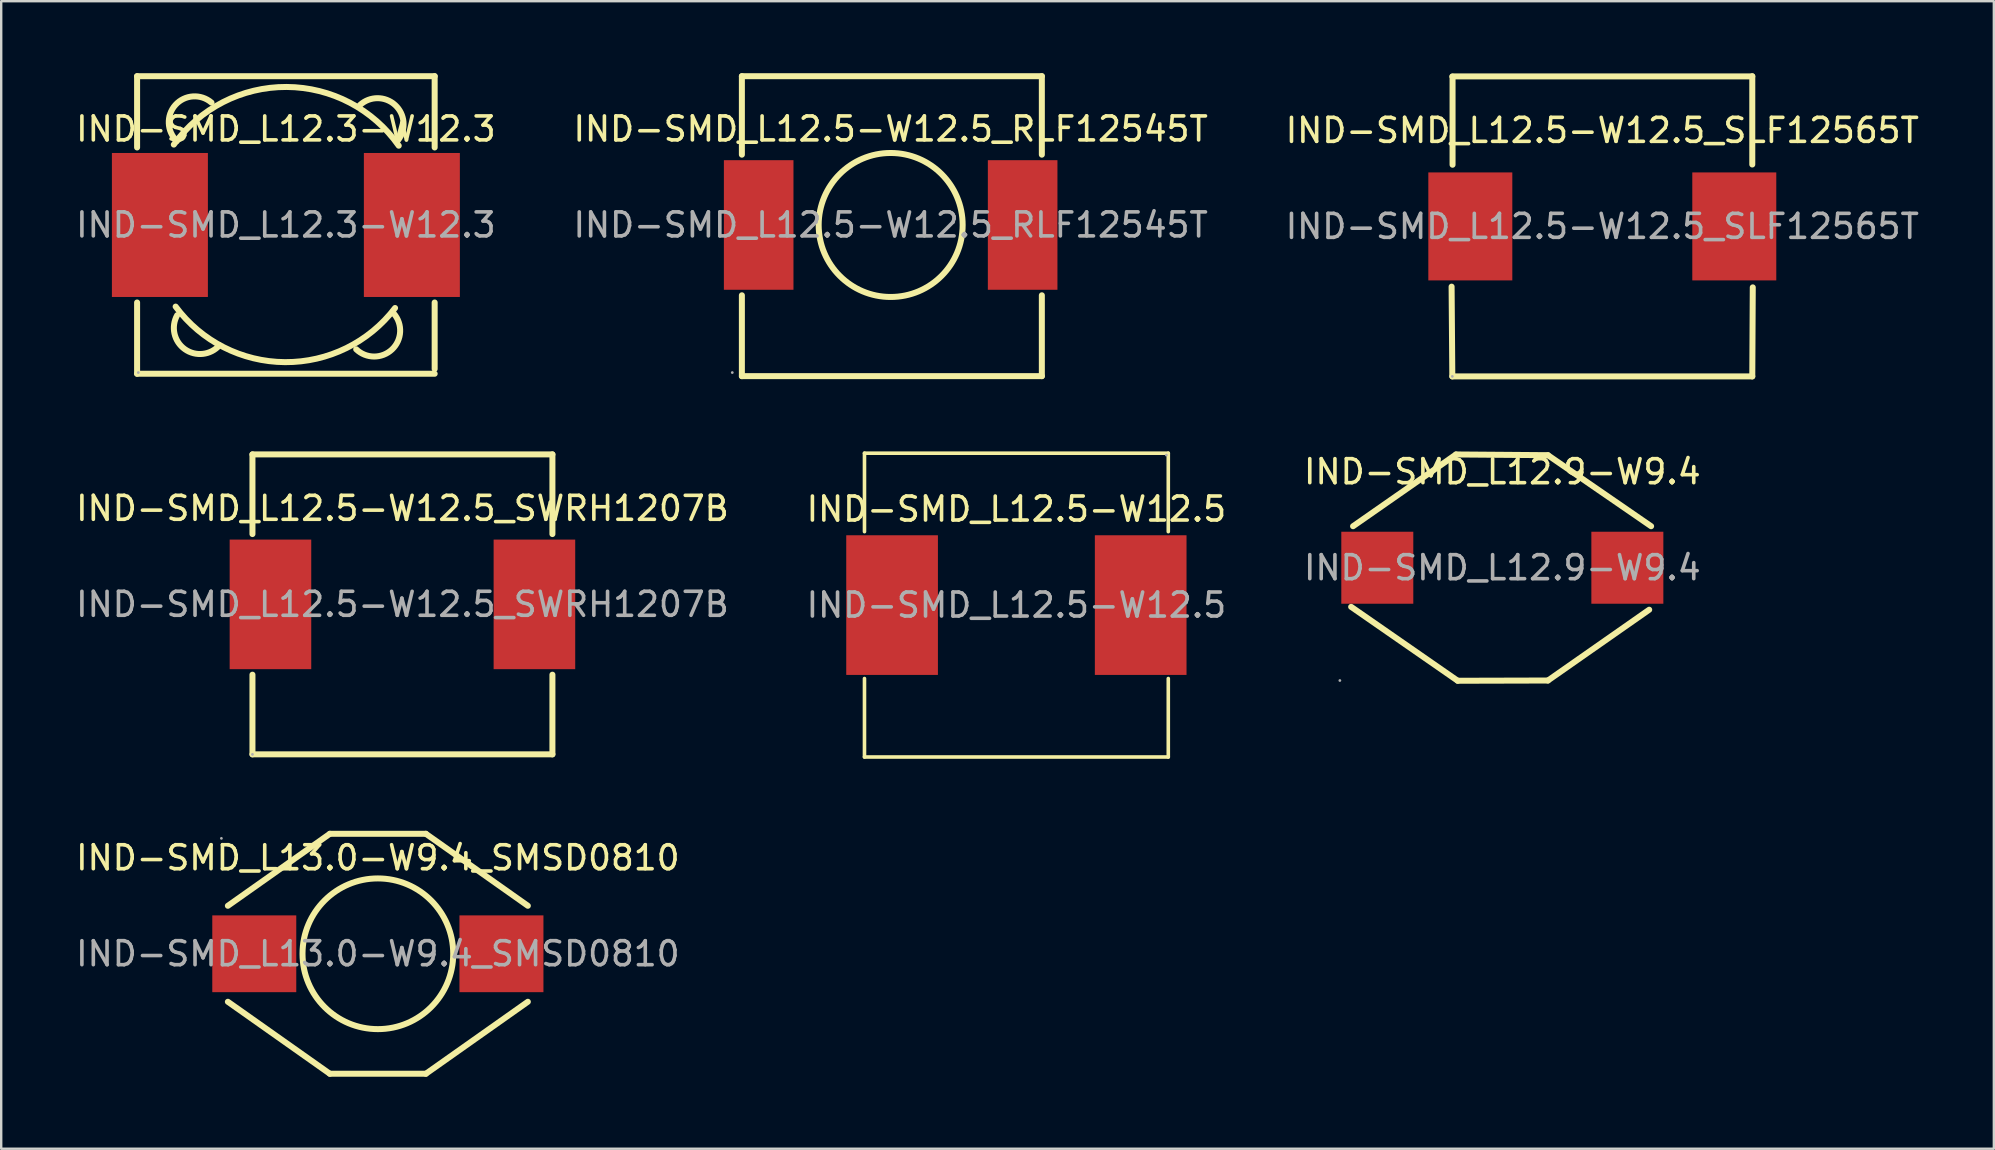
<source format=kicad_pcb>
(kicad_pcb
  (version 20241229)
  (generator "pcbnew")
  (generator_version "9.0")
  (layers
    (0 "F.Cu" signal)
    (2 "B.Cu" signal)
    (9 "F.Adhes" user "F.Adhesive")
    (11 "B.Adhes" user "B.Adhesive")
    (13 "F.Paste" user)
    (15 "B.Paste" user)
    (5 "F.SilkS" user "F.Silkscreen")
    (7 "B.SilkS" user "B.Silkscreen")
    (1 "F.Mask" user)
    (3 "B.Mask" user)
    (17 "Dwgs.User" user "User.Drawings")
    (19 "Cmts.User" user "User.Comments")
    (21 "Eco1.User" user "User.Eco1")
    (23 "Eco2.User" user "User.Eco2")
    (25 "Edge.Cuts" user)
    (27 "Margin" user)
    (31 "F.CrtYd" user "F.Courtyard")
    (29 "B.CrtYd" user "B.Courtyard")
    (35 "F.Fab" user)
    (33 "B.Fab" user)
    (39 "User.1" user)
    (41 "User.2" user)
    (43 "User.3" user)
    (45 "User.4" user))
  (footprint "IND-SMD_L12.9-W9.4"
    (layer "F.Cu")
    (at 59.554 20.608)
    (property "Reference" "IND-SMD_L12.9-W9.4" (at 0 -4 0) (layer "F.SilkS") (effects (font (size 1 1) (thickness 0.15))))
    (attr through_hole)
    (fp_line (start -6.3 1.63) (end -1.86 4.71) (stroke (width 0.25) (type solid)) (layer "F.SilkS"))
    (fp_line (start -6.22 -1.73) (end -1.93 -4.72) (stroke (width 0.25) (type solid)) (layer "F.SilkS"))
    (fp_line (start -1.93 -4.72) (end 1.9 -4.69) (stroke (width 0.25) (type solid)) (layer "F.SilkS"))
    (fp_line (start -1.86 4.71) (end 1.9 4.7) (stroke (width 0.25) (type solid)) (layer "F.SilkS"))
    (fp_line (start 1.9 -4.69) (end 6.2 -1.73) (stroke (width 0.25) (type solid)) (layer "F.SilkS"))
    (fp_line (start 1.9 4.7) (end 6.12 1.75) (stroke (width 0.25) (type solid)) (layer "F.SilkS"))
    (fp_circle (center -6.77 4.7) (end -6.74 4.7) (stroke (width 0.06) (type solid)) (fill no) (layer "F.Fab"))
    (fp_text user "${REFERENCE}" (at 0 0 0) (layer "F.Fab") (effects (font (size 1 1) (thickness 0.15))))
    (pad "1" smd rect (at -5.21 0) (size 3 3) (layers "F.Cu" "F.Mask" "F.Paste"))
    (pad "2" smd rect (at 5.21 0) (size 3 3) (layers "F.Cu" "F.Mask" "F.Paste")))
  (footprint "IND-SMD_L12.5-W12.5"
    (layer "F.Cu")
    (at 39.304 22.165)
    (property "Reference" "IND-SMD_L12.5-W12.5" (at 0 -4 0) (layer "F.SilkS") (effects (font (size 1 1) (thickness 0.15))))
    (attr through_hole)
    (fp_line (start -6.33 -6.33) (end 6.33 -6.33) (stroke (width 0.15) (type solid)) (layer "F.SilkS"))
    (fp_line (start -6.33 -3.06) (end -6.33 -6.33) (stroke (width 0.15) (type solid)) (layer "F.SilkS"))
    (fp_line (start -6.33 3.06) (end -6.33 6.33) (stroke (width 0.15) (type solid)) (layer "F.SilkS"))
    (fp_line (start -6.33 6.33) (end 6.33 6.33) (stroke (width 0.15) (type solid)) (layer "F.SilkS"))
    (fp_line (start 6.33 -6.33) (end 6.33 -3.06) (stroke (width 0.15) (type solid)) (layer "F.SilkS"))
    (fp_line (start 6.33 6.33) (end 6.33 3.06) (stroke (width 0.15) (type solid)) (layer "F.SilkS"))
    (fp_circle (center 6.25 -6.25) (end 6.28 -6.25) (stroke (width 0.06) (type solid)) (fill no) (layer "F.Fab"))
    (fp_text user "${REFERENCE}" (at 0 0 0) (layer "F.Fab") (effects (font (size 1 1) (thickness 0.15))))
    (pad "1" smd rect (at 5.18 0) (size 3.82 5.82) (layers "F.Cu" "F.Mask" "F.Paste"))
    (pad "2" smd rect (at -5.18 0) (size 3.82 5.82) (layers "F.Cu" "F.Mask" "F.Paste")))
  (footprint "IND-SMD_L12.5-W12.5_SWRH1207B"
    (layer "F.Cu")
    (at 13.72 22.135)
    (property "Reference" "IND-SMD_L12.5-W12.5_SWRH1207B" (at 0 -4 0) (layer "F.SilkS") (effects (font (size 1 1) (thickness 0.15))))
    (attr through_hole)
    (fp_line (start -6.25 -6.25) (end 6.25 -6.25) (stroke (width 0.25) (type solid)) (layer "F.SilkS"))
    (fp_line (start -6.25 -2.93) (end -6.25 -6.25) (stroke (width 0.25) (type solid)) (layer "F.SilkS"))
    (fp_line (start -6.25 6.25) (end -6.25 2.93) (stroke (width 0.25) (type solid)) (layer "F.SilkS"))
    (fp_line (start 6.25 -6.25) (end 6.25 -2.93) (stroke (width 0.25) (type solid)) (layer "F.SilkS"))
    (fp_line (start 6.25 2.93) (end 6.25 6.25) (stroke (width 0.25) (type solid)) (layer "F.SilkS"))
    (fp_line (start 6.25 6.25) (end -6.25 6.25) (stroke (width 0.25) (type solid)) (layer "F.SilkS"))
    (fp_circle (center -6.25 6.25) (end -6.22 6.25) (stroke (width 0.06) (type solid)) (fill no) (layer "F.Fab"))
    (fp_text user "${REFERENCE}" (at 0 0 0) (layer "F.Fab") (effects (font (size 1 1) (thickness 0.15))))
    (pad "1" smd rect (at -5.5 0) (size 3.4 5.4) (layers "F.Cu" "F.Mask" "F.Paste"))
    (pad "2" smd rect (at 5.5 0) (size 3.4 5.4) (layers "F.Cu" "F.Mask" "F.Paste")))
  (footprint "IND-SMD_L13.0-W9.4_SMSD0810"
    (layer "F.Cu")
    (at 12.696 36.695)
    (property "Reference" "IND-SMD_L13.0-W9.4_SMSD0810" (at 0 -4 0) (layer "F.SilkS") (effects (font (size 1 1) (thickness 0.15))))
    (attr through_hole)
    (fp_line (start -6.25 -2) (end -2 -5) (stroke (width 0.25) (type solid)) (layer "F.SilkS"))
    (fp_line (start -2 -5) (end 2 -5) (stroke (width 0.25) (type solid)) (layer "F.SilkS"))
    (fp_line (start -2 5) (end -6.25 2) (stroke (width 0.25) (type solid)) (layer "F.SilkS"))
    (fp_line (start 2 -5) (end 6.25 -2) (stroke (width 0.25) (type solid)) (layer "F.SilkS"))
    (fp_line (start 2 5) (end -2 5) (stroke (width 0.25) (type solid)) (layer "F.SilkS"))
    (fp_line (start 6.25 2) (end 2 5) (stroke (width 0.25) (type solid)) (layer "F.SilkS"))
    (fp_circle (center 0 0) (end 3.14 0) (stroke (width 0.25) (type solid)) (fill no) (layer "F.SilkS"))
    (fp_circle (center -6.52 -4.81) (end -6.49 -4.81) (stroke (width 0.06) (type solid)) (fill no) (layer "F.Fab"))
    (fp_text user "${REFERENCE}" (at 0 0 0) (layer "F.Fab") (effects (font (size 1 1) (thickness 0.15))))
    (pad "1" smd rect (at -5.15 0) (size 3.5 3.2) (layers "F.Cu" "F.Mask" "F.Paste"))
    (pad "2" smd rect (at 5.15 0) (size 3.5 3.2) (layers "F.Cu" "F.Mask" "F.Paste")))
  (footprint "IND-SMD_L12.3-W12.3"
    (layer "F.Cu")
    (at 8.863 6.325)
    (property "Reference" "IND-SMD_L12.3-W12.3" (at 0 -4 0) (layer "F.SilkS") (effects (font (size 1 1) (thickness 0.15))))
    (attr through_hole)
    (fp_line (start -6.2 -6.2) (end -6.2 -3.23) (stroke (width 0.25) (type solid)) (layer "F.SilkS"))
    (fp_line (start -6.2 -6.2) (end 6.2 -6.2) (stroke (width 0.25) (type solid)) (layer "F.SilkS"))
    (fp_line (start -6.2 3.23) (end -6.2 6.2) (stroke (width 0.25) (type solid)) (layer "F.SilkS"))
    (fp_line (start -6.2 6.2) (end 6.2 6.2) (stroke (width 0.25) (type solid)) (layer "F.SilkS"))
    (fp_line (start 6.2 -6.2) (end 6.2 -3.23) (stroke (width 0.25) (type solid)) (layer "F.SilkS"))
    (fp_line (start 6.2 3.23) (end 6.2 6) (stroke (width 0.25) (type solid)) (layer "F.SilkS"))
    (fp_arc (start -4.67 -3.35) (mid 0.028307 -5.751402) (end 4.702706 -3.30379) (stroke (width 0.25) (type solid)) (layer "F.SilkS"))
    (fp_arc (start -4.541273 -3.497112) (mid -4.60171 -5.000875) (end -3.1 -5.1) (stroke (width 0.25) (type solid)) (layer "F.SilkS"))
    (fp_arc (start -2.768116 5.014047) (mid -4.210815 5.176269) (end -4.53 3.76) (stroke (width 0.25) (type solid)) (layer "F.SilkS"))
    (fp_arc (start 3.086836 -4.998543) (mid 4.552024 -4.999588) (end 4.68 -3.54) (stroke (width 0.25) (type solid)) (layer "F.SilkS"))
    (fp_arc (start 4.499953 3.6939) (mid 4.423873 5.185846) (end 2.93 5.18) (stroke (width 0.25) (type solid)) (layer "F.SilkS"))
    (fp_arc (start 4.55 3.46) (mid -0.036493 5.71601) (end -4.593807 3.401622) (stroke (width 0.25) (type solid)) (layer "F.SilkS"))
    (fp_circle (center -6.15 6.15) (end -6.12 6.15) (stroke (width 0.06) (type solid)) (fill no) (layer "F.Fab"))
    (fp_text user "${REFERENCE}" (at 0 0 0) (layer "F.Fab") (effects (font (size 1 1) (thickness 0.15))))
    (pad "1" smd rect (at -5.25 0) (size 4 6) (layers "F.Cu" "F.Mask" "F.Paste"))
    (pad "2" smd rect (at 5.25 0) (size 4 6) (layers "F.Cu" "F.Mask" "F.Paste")))
  (footprint "IND-SMD_L12.5-W12.5_SLF12565T"
    (layer "F.Cu")
    (at 63.72 6.385)
    (property "Reference" "IND-SMD_L12.5-W12.5_SLF12565T" (at 0 -4 0) (layer "F.SilkS") (effects (font (size 1 1) (thickness 0.15))))
    (attr through_hole)
    (fp_line (start -6.28 2.51) (end -6.25 6.25) (stroke (width 0.25) (type solid)) (layer "F.SilkS"))
    (fp_line (start -6.25 -6.25) (end 6.25 -6.25) (stroke (width 0.25) (type solid)) (layer "F.SilkS"))
    (fp_line (start -6.25 6.25) (end 6.25 6.25) (stroke (width 0.25) (type solid)) (layer "F.SilkS"))
    (fp_line (start -6.24 -6.24) (end -6.24 -2.57) (stroke (width 0.25) (type solid)) (layer "F.SilkS"))
    (fp_line (start 6.25 -6.26) (end 6.25 -2.58) (stroke (width 0.25) (type solid)) (layer "F.SilkS"))
    (fp_line (start 6.25 6.25) (end 6.27 2.54) (stroke (width 0.25) (type solid)) (layer "F.SilkS"))
    (fp_circle (center -6.25 6.25) (end -6.22 6.25) (stroke (width 0.06) (type solid)) (fill no) (layer "F.Fab"))
    (fp_text user "${REFERENCE}" (at 0 0 0) (layer "F.Fab") (effects (font (size 1 1) (thickness 0.15))))
    (pad "1" smd rect (at -5.5 0) (size 3.5 4.5) (layers "F.Cu" "F.Mask" "F.Paste"))
    (pad "2" smd rect (at 5.5 0) (size 3.5 4.5) (layers "F.Cu" "F.Mask" "F.Paste")))
  (footprint "IND-SMD_L12.5-W12.5_RLF12545T"
    (layer "F.Cu")
    (at 34.065 6.325)
    (property "Reference" "IND-SMD_L12.5-W12.5_RLF12545T" (at 0 -4 0) (layer "F.SilkS") (effects (font (size 1 1) (thickness 0.15))))
    (attr through_hole)
    (fp_line (start -6.2 -6.2) (end 6.3 -6.2) (stroke (width 0.25) (type solid)) (layer "F.SilkS"))
    (fp_line (start -6.2 -2.93) (end -6.2 -6.2) (stroke (width 0.25) (type solid)) (layer "F.SilkS"))
    (fp_line (start -6.2 6.3) (end -6.2 2.93) (stroke (width 0.25) (type solid)) (layer "F.SilkS"))
    (fp_line (start 6.3 -6.2) (end 6.3 -2.93) (stroke (width 0.25) (type solid)) (layer "F.SilkS"))
    (fp_line (start 6.3 2.93) (end 6.3 6.3) (stroke (width 0.25) (type solid)) (layer "F.SilkS"))
    (fp_line (start 6.3 6.3) (end -6.2 6.3) (stroke (width 0.25) (type solid)) (layer "F.SilkS"))
    (fp_circle (center 0 0) (end 3 0) (stroke (width 0.25) (type solid)) (fill no) (layer "F.SilkS"))
    (fp_circle (center -6.6 6.15) (end -6.57 6.15) (stroke (width 0.06) (type solid)) (fill no) (layer "F.Fab"))
    (fp_text user "${REFERENCE}" (at 0 0 0) (layer "F.Fab") (effects (font (size 1 1) (thickness 0.15))))
    (pad "1" smd rect (at -5.5 0 90) (size 5.4 2.9) (layers "F.Cu" "F.Mask" "F.Paste"))
    (pad "2" smd rect (at 5.5 0 90) (size 5.4 2.9) (layers "F.Cu" "F.Mask" "F.Paste")))
  (gr_rect
    (start -3 -3)
    (end 80.036 44.82)
    (stroke (width 0.1) (type default))
    (fill no)
    (layer "Edge.Cuts")))
</source>
